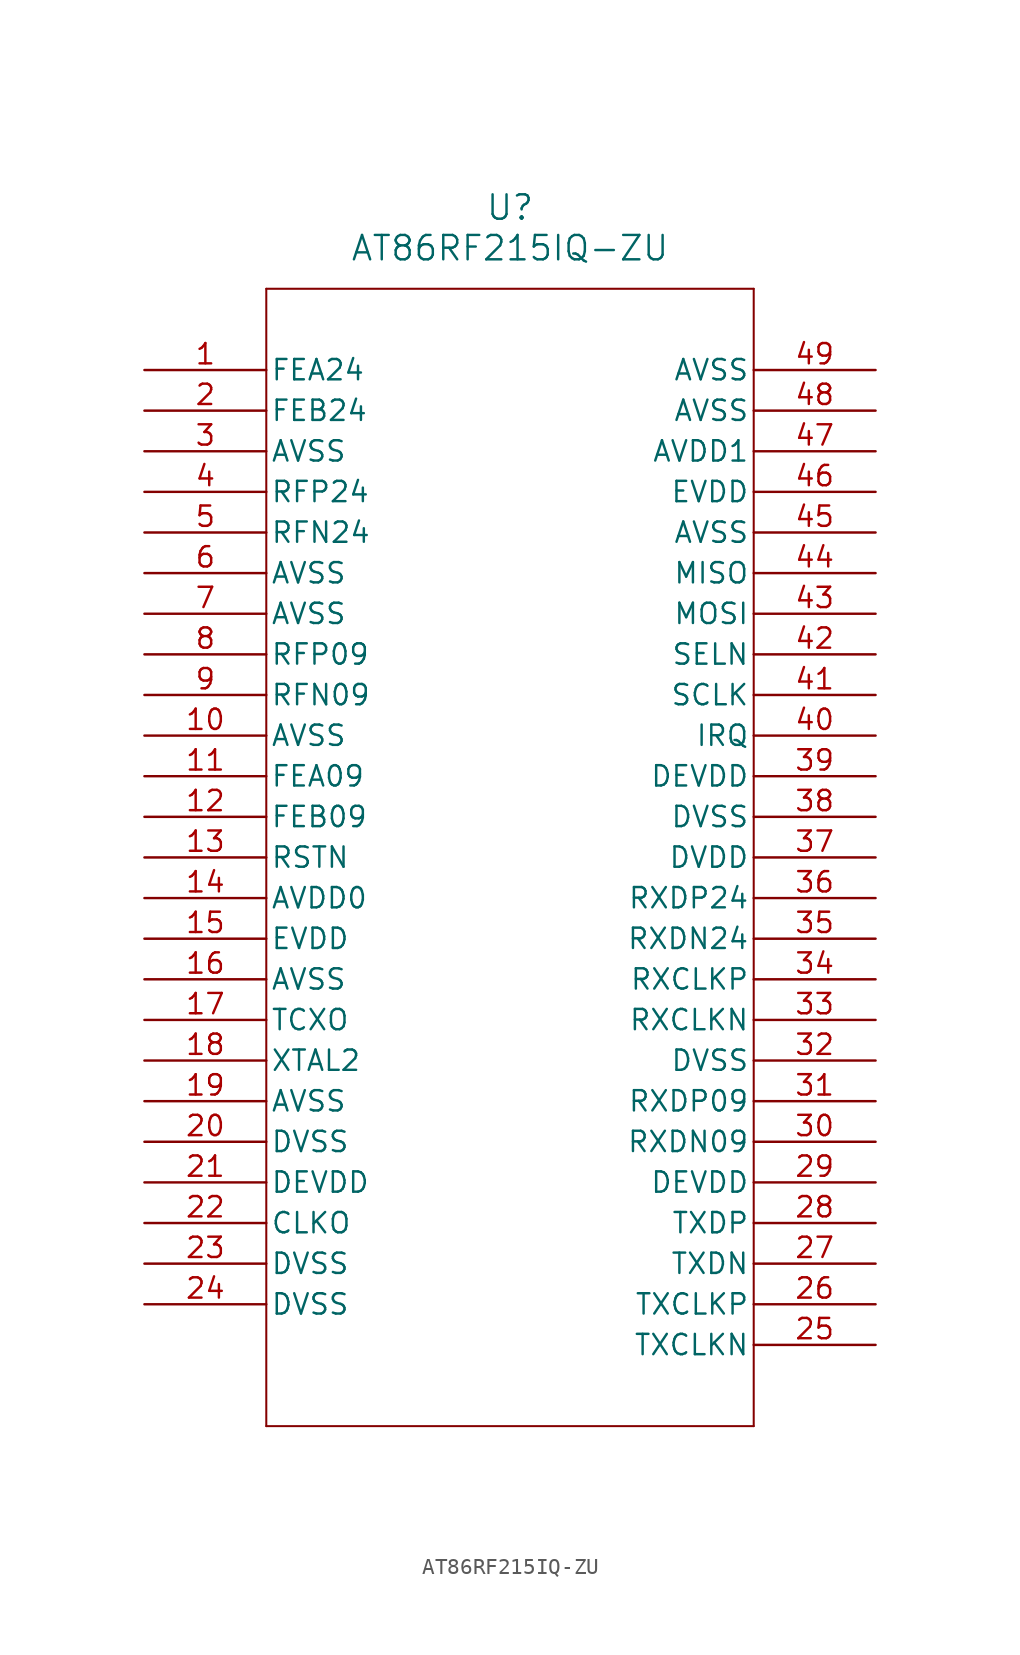
<source format=kicad_sym>
(kicad_symbol_lib
  (version 20211014)
  (generator kicad_symbol_editor)
  (symbol "AT86RF215IQ-ZU"
    (pin_names
      (offset 0.254))
    (property "Reference" "U"
      (at 22.86 10.16 0)
      (effects (font (size 1.524 1.524))))
    (property "Value" "AT86RF215IQ-ZU"
      (at 22.86 7.62 0)
      (effects (font (size 1.524 1.524))))
    (symbol "AT86RF215IQ-ZU_0_1"
      (polyline (pts (xy 7.62 5.08) (xy 7.62 -66.04)) (stroke (width 0.127) (type default) (color 0 0 0 0)) (fill (type none)))
      (polyline (pts (xy 7.62 -66.04) (xy 38.1 -66.04)) (stroke (width 0.127) (type default) (color 0 0 0 0)) (fill (type none)))
      (polyline (pts (xy 38.1 -66.04) (xy 38.1 5.08)) (stroke (width 0.127) (type default) (color 0 0 0 0)) (fill (type none)))
      (polyline (pts (xy 38.1 5.08) (xy 7.62 5.08)) (stroke (width 0.127) (type default) (color 0 0 0 0)) (fill (type none)))
      (pin output line (at 0 0 0) (length 7.62) (name "FEA24" (effects (font (size 1.27 1.27)))) (number "1" (effects (font (size 1.27 1.27)))))
      (pin output line (at 0 -2.54 0) (length 7.62) (name "FEB24" (effects (font (size 1.27 1.27)))) (number "2" (effects (font (size 1.27 1.27)))))
      (pin power_out line (at 0 -5.08 0) (length 7.62) (name "AVSS" (effects (font (size 1.27 1.27)))) (number "3" (effects (font (size 1.27 1.27)))))
      (pin bidirectional line (at 0 -7.62 0) (length 7.62) (name "RFP24" (effects (font (size 1.27 1.27)))) (number "4" (effects (font (size 1.27 1.27)))))
      (pin bidirectional line (at 0 -10.16 0) (length 7.62) (name "RFN24" (effects (font (size 1.27 1.27)))) (number "5" (effects (font (size 1.27 1.27)))))
      (pin power_out line (at 0 -12.7 0) (length 7.62) (name "AVSS" (effects (font (size 1.27 1.27)))) (number "6" (effects (font (size 1.27 1.27)))))
      (pin power_out line (at 0 -15.24 0) (length 7.62) (name "AVSS" (effects (font (size 1.27 1.27)))) (number "7" (effects (font (size 1.27 1.27)))))
      (pin bidirectional line (at 0 -17.78 0) (length 7.62) (name "RFP09" (effects (font (size 1.27 1.27)))) (number "8" (effects (font (size 1.27 1.27)))))
      (pin bidirectional line (at 0 -20.32 0) (length 7.62) (name "RFN09" (effects (font (size 1.27 1.27)))) (number "9" (effects (font (size 1.27 1.27)))))
      (pin power_out line (at 0 -22.86 0) (length 7.62) (name "AVSS" (effects (font (size 1.27 1.27)))) (number "10" (effects (font (size 1.27 1.27)))))
      (pin output line (at 0 -25.4 0) (length 7.62) (name "FEA09" (effects (font (size 1.27 1.27)))) (number "11" (effects (font (size 1.27 1.27)))))
      (pin output line (at 0 -27.94 0) (length 7.62) (name "FEB09" (effects (font (size 1.27 1.27)))) (number "12" (effects (font (size 1.27 1.27)))))
      (pin input line (at 0 -30.48 0) (length 7.62) (name "RSTN" (effects (font (size 1.27 1.27)))) (number "13" (effects (font (size 1.27 1.27)))))
      (pin power_in line (at 0 -33.02 0) (length 7.62) (name "AVDD0" (effects (font (size 1.27 1.27)))) (number "14" (effects (font (size 1.27 1.27)))))
      (pin power_in line (at 0 -35.56 0) (length 7.62) (name "EVDD" (effects (font (size 1.27 1.27)))) (number "15" (effects (font (size 1.27 1.27)))))
      (pin power_out line (at 0 -38.1 0) (length 7.62) (name "AVSS" (effects (font (size 1.27 1.27)))) (number "16" (effects (font (size 1.27 1.27)))))
      (pin input line (at 0 -40.64 0) (length 7.62) (name "TCXO" (effects (font (size 1.27 1.27)))) (number "17" (effects (font (size 1.27 1.27)))))
      (pin output line (at 0 -43.18 0) (length 7.62) (name "XTAL2" (effects (font (size 1.27 1.27)))) (number "18" (effects (font (size 1.27 1.27)))))
      (pin power_out line (at 0 -45.72 0) (length 7.62) (name "AVSS" (effects (font (size 1.27 1.27)))) (number "19" (effects (font (size 1.27 1.27)))))
      (pin power_out line (at 0 -48.26 0) (length 7.62) (name "DVSS" (effects (font (size 1.27 1.27)))) (number "20" (effects (font (size 1.27 1.27)))))
      (pin power_in line (at 0 -50.8 0) (length 7.62) (name "DEVDD" (effects (font (size 1.27 1.27)))) (number "21" (effects (font (size 1.27 1.27)))))
      (pin output line (at 0 -53.34 0) (length 7.62) (name "CLKO" (effects (font (size 1.27 1.27)))) (number "22" (effects (font (size 1.27 1.27)))))
      (pin power_out line (at 0 -55.88 0) (length 7.62) (name "DVSS" (effects (font (size 1.27 1.27)))) (number "23" (effects (font (size 1.27 1.27)))))
      (pin power_out line (at 0 -58.42 0) (length 7.62) (name "DVSS" (effects (font (size 1.27 1.27)))) (number "24" (effects (font (size 1.27 1.27)))))
      (pin input line (at 45.72 -60.96 180) (length 7.62) (name "TXCLKN" (effects (font (size 1.27 1.27)))) (number "25" (effects (font (size 1.27 1.27)))))
      (pin input line (at 45.72 -58.42 180) (length 7.62) (name "TXCLKP" (effects (font (size 1.27 1.27)))) (number "26" (effects (font (size 1.27 1.27)))))
      (pin input line (at 45.72 -55.88 180) (length 7.62) (name "TXDN" (effects (font (size 1.27 1.27)))) (number "27" (effects (font (size 1.27 1.27)))))
      (pin input line (at 45.72 -53.34 180) (length 7.62) (name "TXDP" (effects (font (size 1.27 1.27)))) (number "28" (effects (font (size 1.27 1.27)))))
      (pin power_in line (at 45.72 -50.8 180) (length 7.62) (name "DEVDD" (effects (font (size 1.27 1.27)))) (number "29" (effects (font (size 1.27 1.27)))))
      (pin output line (at 45.72 -48.26 180) (length 7.62) (name "RXDN09" (effects (font (size 1.27 1.27)))) (number "30" (effects (font (size 1.27 1.27)))))
      (pin output line (at 45.72 -45.72 180) (length 7.62) (name "RXDP09" (effects (font (size 1.27 1.27)))) (number "31" (effects (font (size 1.27 1.27)))))
      (pin power_out line (at 45.72 -43.18 180) (length 7.62) (name "DVSS" (effects (font (size 1.27 1.27)))) (number "32" (effects (font (size 1.27 1.27)))))
      (pin output line (at 45.72 -40.64 180) (length 7.62) (name "RXCLKN" (effects (font (size 1.27 1.27)))) (number "33" (effects (font (size 1.27 1.27)))))
      (pin output line (at 45.72 -38.1 180) (length 7.62) (name "RXCLKP" (effects (font (size 1.27 1.27)))) (number "34" (effects (font (size 1.27 1.27)))))
      (pin output line (at 45.72 -35.56 180) (length 7.62) (name "RXDN24" (effects (font (size 1.27 1.27)))) (number "35" (effects (font (size 1.27 1.27)))))
      (pin output line (at 45.72 -33.02 180) (length 7.62) (name "RXDP24" (effects (font (size 1.27 1.27)))) (number "36" (effects (font (size 1.27 1.27)))))
      (pin power_in line (at 45.72 -30.48 180) (length 7.62) (name "DVDD" (effects (font (size 1.27 1.27)))) (number "37" (effects (font (size 1.27 1.27)))))
      (pin power_out line (at 45.72 -27.94 180) (length 7.62) (name "DVSS" (effects (font (size 1.27 1.27)))) (number "38" (effects (font (size 1.27 1.27)))))
      (pin power_in line (at 45.72 -25.4 180) (length 7.62) (name "DEVDD" (effects (font (size 1.27 1.27)))) (number "39" (effects (font (size 1.27 1.27)))))
      (pin output line (at 45.72 -22.86 180) (length 7.62) (name "IRQ" (effects (font (size 1.27 1.27)))) (number "40" (effects (font (size 1.27 1.27)))))
      (pin input line (at 45.72 -20.32 180) (length 7.62) (name "SCLK" (effects (font (size 1.27 1.27)))) (number "41" (effects (font (size 1.27 1.27)))))
      (pin input line (at 45.72 -17.78 180) (length 7.62) (name "SELN" (effects (font (size 1.27 1.27)))) (number "42" (effects (font (size 1.27 1.27)))))
      (pin input line (at 45.72 -15.24 180) (length 7.62) (name "MOSI" (effects (font (size 1.27 1.27)))) (number "43" (effects (font (size 1.27 1.27)))))
      (pin output line (at 45.72 -12.7 180) (length 7.62) (name "MISO" (effects (font (size 1.27 1.27)))) (number "44" (effects (font (size 1.27 1.27)))))
      (pin power_out line (at 45.72 -10.16 180) (length 7.62) (name "AVSS" (effects (font (size 1.27 1.27)))) (number "45" (effects (font (size 1.27 1.27)))))
      (pin power_in line (at 45.72 -7.62 180) (length 7.62) (name "EVDD" (effects (font (size 1.27 1.27)))) (number "46" (effects (font (size 1.27 1.27)))))
      (pin power_in line (at 45.72 -5.08 180) (length 7.62) (name "AVDD1" (effects (font (size 1.27 1.27)))) (number "47" (effects (font (size 1.27 1.27)))))
      (pin power_out line (at 45.72 -2.54 180) (length 7.62) (name "AVSS" (effects (font (size 1.27 1.27)))) (number "48" (effects (font (size 1.27 1.27)))))
      (pin power_out line (at 45.72 0 180) (length 7.62) (name "AVSS" (effects (font (size 1.27 1.27)))) (number "49" (effects (font (size 1.27 1.27))))))))
</source>
